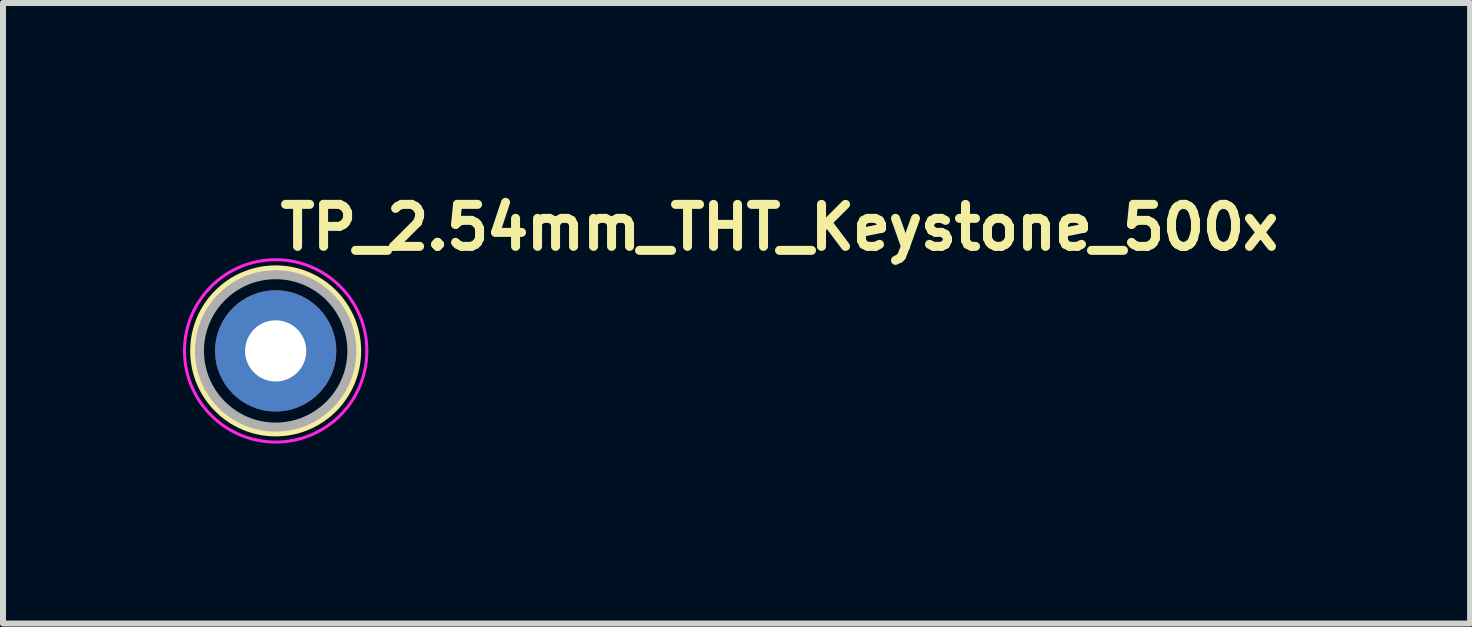
<source format=kicad_pcb>
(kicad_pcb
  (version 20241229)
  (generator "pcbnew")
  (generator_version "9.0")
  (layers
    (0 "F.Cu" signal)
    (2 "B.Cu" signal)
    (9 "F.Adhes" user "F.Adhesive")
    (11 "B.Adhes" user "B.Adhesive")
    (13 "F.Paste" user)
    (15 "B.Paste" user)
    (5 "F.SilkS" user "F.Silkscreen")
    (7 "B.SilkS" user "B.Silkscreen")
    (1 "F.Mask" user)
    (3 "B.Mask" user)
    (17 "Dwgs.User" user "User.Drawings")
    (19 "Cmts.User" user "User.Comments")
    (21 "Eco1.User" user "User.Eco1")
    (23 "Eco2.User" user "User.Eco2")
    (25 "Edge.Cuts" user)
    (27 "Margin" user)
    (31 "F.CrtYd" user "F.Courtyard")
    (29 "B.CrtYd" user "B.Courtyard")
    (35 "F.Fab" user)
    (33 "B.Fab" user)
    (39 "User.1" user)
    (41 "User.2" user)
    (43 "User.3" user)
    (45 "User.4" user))
  (footprint "TP_2.54mm_THT_Keystone_500x"
    (layer "F.Cu")
    (at 1.545 2.799)
    (property "Reference" "TP_2.54mm_THT_Keystone_500x" (at 0 -1.649 0) (layer "F.SilkS") (effects (font (size 0.7 0.7) (thickness 0.15)) (justify left bottom)))
    (attr through_hole exclude_from_pos_files)
    (fp_circle (center 0 0) (end 1.35 0.01) (stroke (width 0.15) (type solid)) (fill no) (layer "F.SilkS"))
    (fp_circle (center 0 0) (end 1.52 0) (stroke (width 0.05) (type solid)) (fill no) (layer "F.CrtYd"))
    (fp_circle (center 0 0) (end 1.27 0) (stroke (width 0.15) (type solid)) (fill no) (layer "F.Fab"))
    (fp_line (start -1.27 0) (end -1.267 0.082) (stroke (width 0.02) (type solid)) (layer "User.9"))
    (fp_line (start -1.267 -0.082) (end -1.27 0) (stroke (width 0.02) (type solid)) (layer "User.9"))
    (fp_line (start -1.267 0.082) (end -1.259 0.164) (stroke (width 0.02) (type solid)) (layer "User.9"))
    (fp_line (start -1.259 -0.164) (end -1.267 -0.082) (stroke (width 0.02) (type solid)) (layer "User.9"))
    (fp_line (start -1.259 0.164) (end -1.246 0.245) (stroke (width 0.02) (type solid)) (layer "User.9"))
    (fp_line (start -1.246 -0.245) (end -1.259 -0.164) (stroke (width 0.02) (type solid)) (layer "User.9"))
    (fp_line (start -1.246 0.245) (end -1.227 0.326) (stroke (width 0.02) (type solid)) (layer "User.9"))
    (fp_line (start -1.227 -0.326) (end -1.246 -0.245) (stroke (width 0.02) (type solid)) (layer "User.9"))
    (fp_line (start -1.227 0.326) (end -1.203 0.405) (stroke (width 0.02) (type solid)) (layer "User.9"))
    (fp_line (start -1.203 -0.405) (end -1.227 -0.326) (stroke (width 0.02) (type solid)) (layer "User.9"))
    (fp_line (start -1.203 0.405) (end -1.174 0.483) (stroke (width 0.02) (type solid)) (layer "User.9"))
    (fp_line (start -1.174 -0.483) (end -1.203 -0.405) (stroke (width 0.02) (type solid)) (layer "User.9"))
    (fp_line (start -1.174 0.483) (end -1.139 0.56) (stroke (width 0.02) (type solid)) (layer "User.9"))
    (fp_line (start -1.139 -0.56) (end -1.174 -0.483) (stroke (width 0.02) (type solid)) (layer "User.9"))
    (fp_line (start -1.139 0.56) (end -1.099 0.635) (stroke (width 0.02) (type solid)) (layer "User.9"))
    (fp_line (start -1.099 -0.635) (end -1.139 -0.56) (stroke (width 0.02) (type solid)) (layer "User.9"))
    (fp_line (start -1.099 -0.635) (end -1.099 -0.635) (stroke (width 0.02) (type solid)) (layer "User.9"))
    (fp_line (start -1.099 0.635) (end -1.099 0.635) (stroke (width 0.02) (type solid)) (layer "User.9"))
    (fp_line (start -1.099 0.635) (end -1.078 0.671) (stroke (width 0.02) (type solid)) (layer "User.9"))
    (fp_line (start -1.078 0.671) (end -1.055 0.706) (stroke (width 0.02) (type solid)) (layer "User.9"))
    (fp_line (start -1.055 -0.706) (end -1.099 -0.635) (stroke (width 0.02) (type solid)) (layer "User.9"))
    (fp_line (start -1.055 0.706) (end -1.031 0.741) (stroke (width 0.02) (type solid)) (layer "User.9"))
    (fp_line (start -1.031 0.741) (end -1.006 0.775) (stroke (width 0.02) (type solid)) (layer "User.9"))
    (fp_line (start -1.006 -0.775) (end -1.055 -0.706) (stroke (width 0.02) (type solid)) (layer "User.9"))
    (fp_line (start -1.006 0.775) (end -0.98 0.807) (stroke (width 0.02) (type solid)) (layer "User.9"))
    (fp_line (start -0.98 0.807) (end -0.952 0.839) (stroke (width 0.02) (type solid)) (layer "User.9"))
    (fp_line (start -0.952 -0.839) (end -1.006 -0.775) (stroke (width 0.02) (type solid)) (layer "User.9"))
    (fp_line (start -0.952 0.839) (end -0.925 0.87) (stroke (width 0.02) (type solid)) (layer "User.9"))
    (fp_line (start -0.925 0.87) (end -0.896 0.899) (stroke (width 0.02) (type solid)) (layer "User.9"))
    (fp_line (start -0.896 -0.899) (end -0.952 -0.839) (stroke (width 0.02) (type solid)) (layer "User.9"))
    (fp_line (start -0.896 0.899) (end -0.866 0.928) (stroke (width 0.02) (type solid)) (layer "User.9"))
    (fp_line (start -0.889 -0.254) (end -0.866 -0.254) (stroke (width 0.02) (type solid)) (layer "User.9"))
    (fp_line (start -0.889 0.254) (end -0.889 -0.254) (stroke (width 0.02) (type solid)) (layer "User.9"))
    (fp_line (start -0.889 0.254) (end -0.866 0.254) (stroke (width 0.02) (type solid)) (layer "User.9"))
    (fp_line (start -0.866 -0.254) (end -0.866 -0.254) (stroke (width 0.02) (type solid)) (layer "User.9"))
    (fp_line (start -0.866 -0.254) (end -0.8 -0.254) (stroke (width 0.02) (type solid)) (layer "User.9"))
    (fp_line (start -0.866 0.254) (end -0.866 0.254) (stroke (width 0.02) (type solid)) (layer "User.9"))
    (fp_line (start -0.866 0.254) (end -0.8 0.254) (stroke (width 0.02) (type solid)) (layer "User.9"))
    (fp_line (start -0.866 0.928) (end -0.835 0.956) (stroke (width 0.02) (type solid)) (layer "User.9"))
    (fp_line (start -0.835 -0.956) (end -0.896 -0.899) (stroke (width 0.02) (type solid)) (layer "User.9"))
    (fp_line (start -0.835 0.956) (end -0.804 0.983) (stroke (width 0.02) (type solid)) (layer "User.9"))
    (fp_line (start -0.804 0.983) (end -0.771 1.008) (stroke (width 0.02) (type solid)) (layer "User.9"))
    (fp_line (start -0.8 -0.254) (end -0.8 -0.254) (stroke (width 0.02) (type solid)) (layer "User.9"))
    (fp_line (start -0.8 -0.254) (end -0.695 -0.254) (stroke (width 0.02) (type solid)) (layer "User.9"))
    (fp_line (start -0.8 0.254) (end -0.8 0.254) (stroke (width 0.02) (type solid)) (layer "User.9"))
    (fp_line (start -0.8 0.254) (end -0.695 0.254) (stroke (width 0.02) (type solid)) (layer "User.9"))
    (fp_line (start -0.771 -1.008) (end -0.835 -0.956) (stroke (width 0.02) (type solid)) (layer "User.9"))
    (fp_line (start -0.771 1.008) (end -0.738 1.033) (stroke (width 0.02) (type solid)) (layer "User.9"))
    (fp_line (start -0.738 1.033) (end -0.704 1.056) (stroke (width 0.02) (type solid)) (layer "User.9"))
    (fp_line (start -0.704 -1.056) (end -0.771 -1.008) (stroke (width 0.02) (type solid)) (layer "User.9"))
    (fp_line (start -0.704 1.056) (end -0.67 1.078) (stroke (width 0.02) (type solid)) (layer "User.9"))
    (fp_line (start -0.695 -0.254) (end -0.695 -0.254) (stroke (width 0.02) (type solid)) (layer "User.9"))
    (fp_line (start -0.695 -0.254) (end -0.554 -0.254) (stroke (width 0.02) (type solid)) (layer "User.9"))
    (fp_line (start -0.695 0.254) (end -0.695 0.254) (stroke (width 0.02) (type solid)) (layer "User.9"))
    (fp_line (start -0.695 0.254) (end -0.554 0.254) (stroke (width 0.02) (type solid)) (layer "User.9"))
    (fp_line (start -0.67 1.078) (end -0.635 1.099) (stroke (width 0.02) (type solid)) (layer "User.9"))
    (fp_line (start -0.635 -1.099) (end -0.704 -1.056) (stroke (width 0.02) (type solid)) (layer "User.9"))
    (fp_line (start -0.635 1.099) (end -0.599 1.119) (stroke (width 0.02) (type solid)) (layer "User.9"))
    (fp_line (start -0.599 1.119) (end -0.562 1.138) (stroke (width 0.02) (type solid)) (layer "User.9"))
    (fp_line (start -0.562 -1.138) (end -0.635 -1.099) (stroke (width 0.02) (type solid)) (layer "User.9"))
    (fp_line (start -0.562 1.138) (end -0.525 1.156) (stroke (width 0.02) (type solid)) (layer "User.9"))
    (fp_line (start -0.554 -0.254) (end -0.554 -0.254) (stroke (width 0.02) (type solid)) (layer "User.9"))
    (fp_line (start -0.554 -0.254) (end -0.385 -0.254) (stroke (width 0.02) (type solid)) (layer "User.9"))
    (fp_line (start -0.554 0.254) (end -0.554 0.254) (stroke (width 0.02) (type solid)) (layer "User.9"))
    (fp_line (start -0.554 0.254) (end -0.385 0.254) (stroke (width 0.02) (type solid)) (layer "User.9"))
    (fp_line (start -0.525 1.156) (end -0.487 1.172) (stroke (width 0.02) (type solid)) (layer "User.9"))
    (fp_line (start -0.487 -1.172) (end -0.562 -1.138) (stroke (width 0.02) (type solid)) (layer "User.9"))
    (fp_line (start -0.487 1.172) (end -0.449 1.187) (stroke (width 0.02) (type solid)) (layer "User.9"))
    (fp_line (start -0.449 1.187) (end -0.41 1.201) (stroke (width 0.02) (type solid)) (layer "User.9"))
    (fp_line (start -0.41 -1.201) (end -0.487 -1.172) (stroke (width 0.02) (type solid)) (layer "User.9"))
    (fp_line (start -0.41 1.201) (end -0.371 1.214) (stroke (width 0.02) (type solid)) (layer "User.9"))
    (fp_line (start -0.385 -0.254) (end -0.385 -0.254) (stroke (width 0.02) (type solid)) (layer "User.9"))
    (fp_line (start -0.385 -0.254) (end -0.197 -0.254) (stroke (width 0.02) (type solid)) (layer "User.9"))
    (fp_line (start -0.385 0.254) (end -0.385 0.254) (stroke (width 0.02) (type solid)) (layer "User.9"))
    (fp_line (start -0.385 0.254) (end -0.197 0.254) (stroke (width 0.02) (type solid)) (layer "User.9"))
    (fp_line (start -0.371 1.214) (end -0.331 1.226) (stroke (width 0.02) (type solid)) (layer "User.9"))
    (fp_line (start -0.331 -1.226) (end -0.41 -1.201) (stroke (width 0.02) (type solid)) (layer "User.9"))
    (fp_line (start -0.331 1.226) (end -0.291 1.236) (stroke (width 0.02) (type solid)) (layer "User.9"))
    (fp_line (start -0.291 1.236) (end -0.25 1.245) (stroke (width 0.02) (type solid)) (layer "User.9"))
    (fp_line (start -0.25 -1.245) (end -0.331 -1.226) (stroke (width 0.02) (type solid)) (layer "User.9"))
    (fp_line (start -0.25 1.245) (end -0.209 1.252) (stroke (width 0.02) (type solid)) (layer "User.9"))
    (fp_line (start -0.209 1.252) (end -0.168 1.258) (stroke (width 0.02) (type solid)) (layer "User.9"))
    (fp_line (start -0.197 -0.254) (end -0.197 -0.254) (stroke (width 0.02) (type solid)) (layer "User.9"))
    (fp_line (start -0.197 -0.254) (end 0 -0.254) (stroke (width 0.02) (type solid)) (layer "User.9"))
    (fp_line (start -0.197 0.254) (end -0.197 0.254) (stroke (width 0.02) (type solid)) (layer "User.9"))
    (fp_line (start -0.197 0.254) (end 0 0.254) (stroke (width 0.02) (type solid)) (layer "User.9"))
    (fp_line (start -0.168 -1.258) (end -0.25 -1.245) (stroke (width 0.02) (type solid)) (layer "User.9"))
    (fp_line (start -0.168 1.258) (end -0.126 1.263) (stroke (width 0.02) (type solid)) (layer "User.9"))
    (fp_line (start -0.126 1.263) (end -0.084 1.267) (stroke (width 0.02) (type solid)) (layer "User.9"))
    (fp_line (start -0.084 -1.267) (end -0.168 -1.258) (stroke (width 0.02) (type solid)) (layer "User.9"))
    (fp_line (start -0.084 1.267) (end -0.042 1.269) (stroke (width 0.02) (type solid)) (layer "User.9"))
    (fp_line (start -0.042 1.269) (end 0 1.27) (stroke (width 0.02) (type solid)) (layer "User.9"))
    (fp_line (start 0 -1.27) (end -0.084 -1.267) (stroke (width 0.02) (type solid)) (layer "User.9"))
    (fp_line (start 0 -0.254) (end 0 -0.254) (stroke (width 0.02) (type solid)) (layer "User.9"))
    (fp_line (start 0 -0.254) (end 0.197 -0.254) (stroke (width 0.02) (type solid)) (layer "User.9"))
    (fp_line (start 0 0.254) (end 0 0.254) (stroke (width 0.02) (type solid)) (layer "User.9"))
    (fp_line (start 0 0.254) (end 0.197 0.254) (stroke (width 0.02) (type solid)) (layer "User.9"))
    (fp_line (start 0 1.27) (end 0.084 1.267) (stroke (width 0.02) (type solid)) (layer "User.9"))
    (fp_line (start 0.042 -1.269) (end 0 -1.27) (stroke (width 0.02) (type solid)) (layer "User.9"))
    (fp_line (start 0.084 -1.267) (end 0.042 -1.269) (stroke (width 0.02) (type solid)) (layer "User.9"))
    (fp_line (start 0.084 1.267) (end 0.168 1.258) (stroke (width 0.02) (type solid)) (layer "User.9"))
    (fp_line (start 0.126 -1.263) (end 0.084 -1.267) (stroke (width 0.02) (type solid)) (layer "User.9"))
    (fp_line (start 0.168 -1.258) (end 0.126 -1.263) (stroke (width 0.02) (type solid)) (layer "User.9"))
    (fp_line (start 0.168 1.258) (end 0.25 1.245) (stroke (width 0.02) (type solid)) (layer "User.9"))
    (fp_line (start 0.197 -0.254) (end 0.197 -0.254) (stroke (width 0.02) (type solid)) (layer "User.9"))
    (fp_line (start 0.197 -0.254) (end 0.385 -0.254) (stroke (width 0.02) (type solid)) (layer "User.9"))
    (fp_line (start 0.197 0.254) (end 0.197 0.254) (stroke (width 0.02) (type solid)) (layer "User.9"))
    (fp_line (start 0.197 0.254) (end 0.385 0.254) (stroke (width 0.02) (type solid)) (layer "User.9"))
    (fp_line (start 0.209 -1.252) (end 0.168 -1.258) (stroke (width 0.02) (type solid)) (layer "User.9"))
    (fp_line (start 0.25 -1.245) (end 0.209 -1.252) (stroke (width 0.02) (type solid)) (layer "User.9"))
    (fp_line (start 0.25 1.245) (end 0.331 1.226) (stroke (width 0.02) (type solid)) (layer "User.9"))
    (fp_line (start 0.291 -1.236) (end 0.25 -1.245) (stroke (width 0.02) (type solid)) (layer "User.9"))
    (fp_line (start 0.331 -1.226) (end 0.291 -1.236) (stroke (width 0.02) (type solid)) (layer "User.9"))
    (fp_line (start 0.331 1.226) (end 0.41 1.201) (stroke (width 0.02) (type solid)) (layer "User.9"))
    (fp_line (start 0.371 -1.214) (end 0.331 -1.226) (stroke (width 0.02) (type solid)) (layer "User.9"))
    (fp_line (start 0.385 -0.254) (end 0.385 -0.254) (stroke (width 0.02) (type solid)) (layer "User.9"))
    (fp_line (start 0.385 -0.254) (end 0.554 -0.254) (stroke (width 0.02) (type solid)) (layer "User.9"))
    (fp_line (start 0.385 0.254) (end 0.385 0.254) (stroke (width 0.02) (type solid)) (layer "User.9"))
    (fp_line (start 0.385 0.254) (end 0.554 0.254) (stroke (width 0.02) (type solid)) (layer "User.9"))
    (fp_line (start 0.41 -1.201) (end 0.371 -1.214) (stroke (width 0.02) (type solid)) (layer "User.9"))
    (fp_line (start 0.41 1.201) (end 0.487 1.172) (stroke (width 0.02) (type solid)) (layer "User.9"))
    (fp_line (start 0.449 -1.187) (end 0.41 -1.201) (stroke (width 0.02) (type solid)) (layer "User.9"))
    (fp_line (start 0.487 -1.172) (end 0.449 -1.187) (stroke (width 0.02) (type solid)) (layer "User.9"))
    (fp_line (start 0.487 1.172) (end 0.562 1.138) (stroke (width 0.02) (type solid)) (layer "User.9"))
    (fp_line (start 0.525 -1.156) (end 0.487 -1.172) (stroke (width 0.02) (type solid)) (layer "User.9"))
    (fp_line (start 0.554 -0.254) (end 0.554 -0.254) (stroke (width 0.02) (type solid)) (layer "User.9"))
    (fp_line (start 0.554 -0.254) (end 0.695 -0.254) (stroke (width 0.02) (type solid)) (layer "User.9"))
    (fp_line (start 0.554 0.254) (end 0.554 0.254) (stroke (width 0.02) (type solid)) (layer "User.9"))
    (fp_line (start 0.554 0.254) (end 0.695 0.254) (stroke (width 0.02) (type solid)) (layer "User.9"))
    (fp_line (start 0.562 -1.138) (end 0.525 -1.156) (stroke (width 0.02) (type solid)) (layer "User.9"))
    (fp_line (start 0.562 1.138) (end 0.635 1.099) (stroke (width 0.02) (type solid)) (layer "User.9"))
    (fp_line (start 0.599 -1.119) (end 0.562 -1.138) (stroke (width 0.02) (type solid)) (layer "User.9"))
    (fp_line (start 0.635 -1.099) (end 0.599 -1.119) (stroke (width 0.02) (type solid)) (layer "User.9"))
    (fp_line (start 0.635 1.099) (end 0.704 1.056) (stroke (width 0.02) (type solid)) (layer "User.9"))
    (fp_line (start 0.67 -1.078) (end 0.635 -1.099) (stroke (width 0.02) (type solid)) (layer "User.9"))
    (fp_line (start 0.695 -0.254) (end 0.695 -0.254) (stroke (width 0.02) (type solid)) (layer "User.9"))
    (fp_line (start 0.695 -0.254) (end 0.8 -0.254) (stroke (width 0.02) (type solid)) (layer "User.9"))
    (fp_line (start 0.695 0.254) (end 0.695 0.254) (stroke (width 0.02) (type solid)) (layer "User.9"))
    (fp_line (start 0.695 0.254) (end 0.8 0.254) (stroke (width 0.02) (type solid)) (layer "User.9"))
    (fp_line (start 0.704 -1.056) (end 0.67 -1.078) (stroke (width 0.02) (type solid)) (layer "User.9"))
    (fp_line (start 0.704 1.056) (end 0.771 1.008) (stroke (width 0.02) (type solid)) (layer "User.9"))
    (fp_line (start 0.738 -1.033) (end 0.704 -1.056) (stroke (width 0.02) (type solid)) (layer "User.9"))
    (fp_line (start 0.771 -1.008) (end 0.738 -1.033) (stroke (width 0.02) (type solid)) (layer "User.9"))
    (fp_line (start 0.771 1.008) (end 0.835 0.956) (stroke (width 0.02) (type solid)) (layer "User.9"))
    (fp_line (start 0.8 -0.254) (end 0.8 -0.254) (stroke (width 0.02) (type solid)) (layer "User.9"))
    (fp_line (start 0.8 -0.254) (end 0.866 -0.254) (stroke (width 0.02) (type solid)) (layer "User.9"))
    (fp_line (start 0.8 0.254) (end 0.8 0.254) (stroke (width 0.02) (type solid)) (layer "User.9"))
    (fp_line (start 0.8 0.254) (end 0.866 0.254) (stroke (width 0.02) (type solid)) (layer "User.9"))
    (fp_line (start 0.804 -0.983) (end 0.771 -1.008) (stroke (width 0.02) (type solid)) (layer "User.9"))
    (fp_line (start 0.835 -0.956) (end 0.804 -0.983) (stroke (width 0.02) (type solid)) (layer "User.9"))
    (fp_line (start 0.835 0.956) (end 0.896 0.899) (stroke (width 0.02) (type solid)) (layer "User.9"))
    (fp_line (start 0.866 -0.928) (end 0.835 -0.956) (stroke (width 0.02) (type solid)) (layer "User.9"))
    (fp_line (start 0.866 -0.254) (end 0.866 -0.254) (stroke (width 0.02) (type solid)) (layer "User.9"))
    (fp_line (start 0.866 -0.254) (end 0.889 -0.254) (stroke (width 0.02) (type solid)) (layer "User.9"))
    (fp_line (start 0.866 0.254) (end 0.866 0.254) (stroke (width 0.02) (type solid)) (layer "User.9"))
    (fp_line (start 0.866 0.254) (end 0.889 0.254) (stroke (width 0.02) (type solid)) (layer "User.9"))
    (fp_line (start 0.889 0.254) (end 0.889 -0.254) (stroke (width 0.02) (type solid)) (layer "User.9"))
    (fp_line (start 0.896 -0.899) (end 0.866 -0.928) (stroke (width 0.02) (type solid)) (layer "User.9"))
    (fp_line (start 0.896 0.899) (end 0.952 0.839) (stroke (width 0.02) (type solid)) (layer "User.9"))
    (fp_line (start 0.925 -0.87) (end 0.896 -0.899) (stroke (width 0.02) (type solid)) (layer "User.9"))
    (fp_line (start 0.952 -0.839) (end 0.925 -0.87) (stroke (width 0.02) (type solid)) (layer "User.9"))
    (fp_line (start 0.952 0.839) (end 1.006 0.775) (stroke (width 0.02) (type solid)) (layer "User.9"))
    (fp_line (start 0.98 -0.807) (end 0.952 -0.839) (stroke (width 0.02) (type solid)) (layer "User.9"))
    (fp_line (start 1.006 -0.775) (end 0.98 -0.807) (stroke (width 0.02) (type solid)) (layer "User.9"))
    (fp_line (start 1.006 0.775) (end 1.055 0.706) (stroke (width 0.02) (type solid)) (layer "User.9"))
    (fp_line (start 1.031 -0.741) (end 1.006 -0.775) (stroke (width 0.02) (type solid)) (layer "User.9"))
    (fp_line (start 1.055 -0.706) (end 1.031 -0.741) (stroke (width 0.02) (type solid)) (layer "User.9"))
    (fp_line (start 1.055 0.706) (end 1.099 0.635) (stroke (width 0.02) (type solid)) (layer "User.9"))
    (fp_line (start 1.078 -0.671) (end 1.055 -0.706) (stroke (width 0.02) (type solid)) (layer "User.9"))
    (fp_line (start 1.099 -0.635) (end 1.078 -0.671) (stroke (width 0.02) (type solid)) (layer "User.9"))
    (fp_line (start 1.099 -0.635) (end 1.099 -0.635) (stroke (width 0.02) (type solid)) (layer "User.9"))
    (fp_line (start 1.099 0.635) (end 1.099 0.635) (stroke (width 0.02) (type solid)) (layer "User.9"))
    (fp_line (start 1.099 0.635) (end 1.139 0.56) (stroke (width 0.02) (type solid)) (layer "User.9"))
    (fp_line (start 1.139 -0.56) (end 1.099 -0.635) (stroke (width 0.02) (type solid)) (layer "User.9"))
    (fp_line (start 1.139 0.56) (end 1.174 0.483) (stroke (width 0.02) (type solid)) (layer "User.9"))
    (fp_line (start 1.174 -0.483) (end 1.139 -0.56) (stroke (width 0.02) (type solid)) (layer "User.9"))
    (fp_line (start 1.174 0.483) (end 1.203 0.405) (stroke (width 0.02) (type solid)) (layer "User.9"))
    (fp_line (start 1.203 -0.405) (end 1.174 -0.483) (stroke (width 0.02) (type solid)) (layer "User.9"))
    (fp_line (start 1.203 0.405) (end 1.227 0.326) (stroke (width 0.02) (type solid)) (layer "User.9"))
    (fp_line (start 1.227 -0.326) (end 1.203 -0.405) (stroke (width 0.02) (type solid)) (layer "User.9"))
    (fp_line (start 1.227 0.326) (end 1.246 0.245) (stroke (width 0.02) (type solid)) (layer "User.9"))
    (fp_line (start 1.246 -0.245) (end 1.227 -0.326) (stroke (width 0.02) (type solid)) (layer "User.9"))
    (fp_line (start 1.246 0.245) (end 1.259 0.164) (stroke (width 0.02) (type solid)) (layer "User.9"))
    (fp_line (start 1.259 -0.164) (end 1.246 -0.245) (stroke (width 0.02) (type solid)) (layer "User.9"))
    (fp_line (start 1.259 0.164) (end 1.267 0.082) (stroke (width 0.02) (type solid)) (layer "User.9"))
    (fp_line (start 1.267 -0.082) (end 1.259 -0.164) (stroke (width 0.02) (type solid)) (layer "User.9"))
    (fp_line (start 1.267 0.082) (end 1.27 0) (stroke (width 0.02) (type solid)) (layer "User.9"))
    (fp_line (start 1.27 0) (end 1.267 -0.082) (stroke (width 0.02) (type solid)) (layer "User.9"))
    (pad "1" thru_hole circle (at 0 0) (size 2.02 2.02) (drill 1.02) (layers "*.Cu" "*.Mask")))
  (gr_rect
    (start -3 -3)
    (end 21.455 7.344)
    (stroke (width 0.1) (type default))
    (fill no)
    (layer "Edge.Cuts")))
</source>
